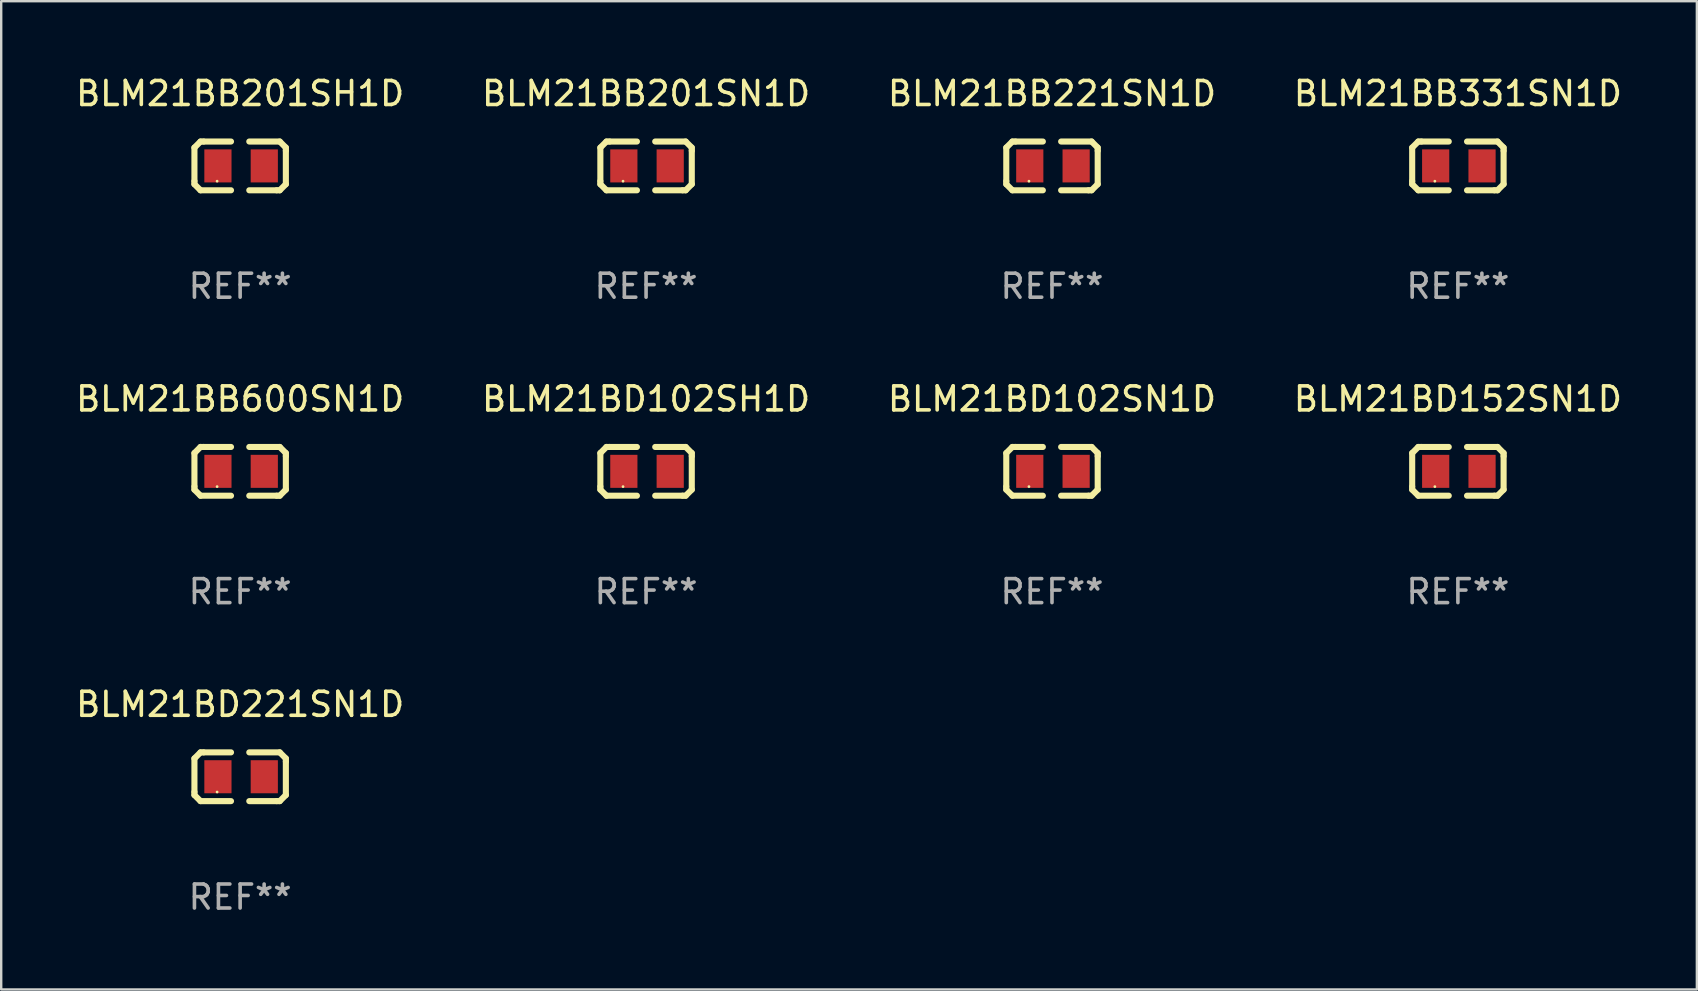
<source format=kicad_pcb>
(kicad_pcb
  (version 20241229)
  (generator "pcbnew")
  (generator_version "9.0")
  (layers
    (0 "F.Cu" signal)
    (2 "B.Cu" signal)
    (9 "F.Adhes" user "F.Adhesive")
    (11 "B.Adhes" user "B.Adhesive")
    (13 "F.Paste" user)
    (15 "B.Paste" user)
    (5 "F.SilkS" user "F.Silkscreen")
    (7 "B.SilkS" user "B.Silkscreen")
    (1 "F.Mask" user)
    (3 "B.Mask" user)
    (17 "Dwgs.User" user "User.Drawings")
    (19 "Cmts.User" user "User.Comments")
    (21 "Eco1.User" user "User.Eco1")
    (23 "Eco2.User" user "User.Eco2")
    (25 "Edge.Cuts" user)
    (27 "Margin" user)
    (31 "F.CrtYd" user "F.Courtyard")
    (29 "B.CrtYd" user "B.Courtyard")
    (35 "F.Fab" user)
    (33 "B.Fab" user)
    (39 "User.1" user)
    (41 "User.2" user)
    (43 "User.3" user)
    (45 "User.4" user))
  (footprint "BLM21BB201SN1D"
    (layer "F.Cu")
    (at 23.875 3.864)
    (property "Reference" "BLM21BB201SN1D" (at 0 -3.016 0) (layer "F.SilkS") (effects (font (size 1 1) (thickness 0.15))))
    (attr through_hole)
    (fp_line (start -1.905 -0.762) (end -1.905 0.635) (stroke (width 0.254) (type solid)) (layer "F.SilkS"))
    (fp_line (start -1.905 0.635) (end -1.905 0.762) (stroke (width 0.254) (type solid)) (layer "F.SilkS"))
    (fp_line (start -1.905 0.762) (end -1.651 1.016) (stroke (width 0.254) (type solid)) (layer "F.SilkS"))
    (fp_line (start -1.651 -1.016) (end -1.905 -0.762) (stroke (width 0.254) (type solid)) (layer "F.SilkS"))
    (fp_line (start -1.651 1.016) (end -0.381 1.016) (stroke (width 0.254) (type solid)) (layer "F.SilkS"))
    (fp_line (start -1.524 -1.016) (end -1.651 -1.016) (stroke (width 0.254) (type solid)) (layer "F.SilkS"))
    (fp_line (start -0.381 -1.016) (end -1.524 -1.016) (stroke (width 0.254) (type solid)) (layer "F.SilkS"))
    (fp_line (start 0.381 1.016) (end 1.524 1.016) (stroke (width 0.254) (type solid)) (layer "F.SilkS"))
    (fp_line (start 1.524 1.016) (end 1.651 1.016) (stroke (width 0.254) (type solid)) (layer "F.SilkS"))
    (fp_line (start 1.651 -1.016) (end 0.381 -1.016) (stroke (width 0.254) (type solid)) (layer "F.SilkS"))
    (fp_line (start 1.651 1.016) (end 1.905 0.762) (stroke (width 0.254) (type solid)) (layer "F.SilkS"))
    (fp_line (start 1.905 -0.762) (end 1.651 -1.016) (stroke (width 0.254) (type solid)) (layer "F.SilkS"))
    (fp_line (start 1.905 -0.635) (end 1.905 -0.762) (stroke (width 0.254) (type solid)) (layer "F.SilkS"))
    (fp_line (start 1.905 0.762) (end 1.905 -0.635) (stroke (width 0.254) (type solid)) (layer "F.SilkS"))
    (fp_circle (center -0.96 0.637) (end -0.93 0.637) (stroke (width 0.06) (type solid)) (fill no) (layer "F.SilkS"))
    (fp_text user "REF**" (at 0 5.016 0) (layer "F.Fab") (effects (font (size 1 1) (thickness 0.15))))
    (pad "1" smd rect (at -0.926 -0.000051) (size 1.133 1.377) (layers "F.Cu" "F.Mask" "F.Paste"))
    (pad "2" smd rect (at 1.006 -0.000051) (size 1.133 1.377) (layers "F.Cu" "F.Mask" "F.Paste")))
  (footprint "BLM21BB600SN1D"
    (layer "F.Cu")
    (at 6.958 16.593)
    (property "Reference" "BLM21BB600SN1D" (at 0 -3.016 0) (layer "F.SilkS") (effects (font (size 1 1) (thickness 0.15))))
    (attr through_hole)
    (fp_line (start -1.905 -0.762) (end -1.905 0.635) (stroke (width 0.254) (type solid)) (layer "F.SilkS"))
    (fp_line (start -1.905 0.635) (end -1.905 0.762) (stroke (width 0.254) (type solid)) (layer "F.SilkS"))
    (fp_line (start -1.905 0.762) (end -1.651 1.016) (stroke (width 0.254) (type solid)) (layer "F.SilkS"))
    (fp_line (start -1.651 -1.016) (end -1.905 -0.762) (stroke (width 0.254) (type solid)) (layer "F.SilkS"))
    (fp_line (start -1.651 1.016) (end -0.381 1.016) (stroke (width 0.254) (type solid)) (layer "F.SilkS"))
    (fp_line (start -1.524 -1.016) (end -1.651 -1.016) (stroke (width 0.254) (type solid)) (layer "F.SilkS"))
    (fp_line (start -0.381 -1.016) (end -1.524 -1.016) (stroke (width 0.254) (type solid)) (layer "F.SilkS"))
    (fp_line (start 0.381 1.016) (end 1.524 1.016) (stroke (width 0.254) (type solid)) (layer "F.SilkS"))
    (fp_line (start 1.524 1.016) (end 1.651 1.016) (stroke (width 0.254) (type solid)) (layer "F.SilkS"))
    (fp_line (start 1.651 -1.016) (end 0.381 -1.016) (stroke (width 0.254) (type solid)) (layer "F.SilkS"))
    (fp_line (start 1.651 1.016) (end 1.905 0.762) (stroke (width 0.254) (type solid)) (layer "F.SilkS"))
    (fp_line (start 1.905 -0.762) (end 1.651 -1.016) (stroke (width 0.254) (type solid)) (layer "F.SilkS"))
    (fp_line (start 1.905 -0.635) (end 1.905 -0.762) (stroke (width 0.254) (type solid)) (layer "F.SilkS"))
    (fp_line (start 1.905 0.762) (end 1.905 -0.635) (stroke (width 0.254) (type solid)) (layer "F.SilkS"))
    (fp_circle (center -0.96 0.637) (end -0.93 0.637) (stroke (width 0.06) (type solid)) (fill no) (layer "F.SilkS"))
    (fp_text user "REF**" (at 0 5.016 0) (layer "F.Fab") (effects (font (size 1 1) (thickness 0.15))))
    (pad "1" smd rect (at -0.926 -0.000051) (size 1.133 1.377) (layers "F.Cu" "F.Mask" "F.Paste"))
    (pad "2" smd rect (at 1.006 -0.000051) (size 1.133 1.377) (layers "F.Cu" "F.Mask" "F.Paste")))
  (footprint "BLM21BD221SN1D"
    (layer "F.Cu")
    (at 6.958 29.321)
    (property "Reference" "BLM21BD221SN1D" (at 0 -3.016 0) (layer "F.SilkS") (effects (font (size 1 1) (thickness 0.15))))
    (attr through_hole)
    (fp_line (start -1.905 -0.762) (end -1.905 0.635) (stroke (width 0.254) (type solid)) (layer "F.SilkS"))
    (fp_line (start -1.905 0.635) (end -1.905 0.762) (stroke (width 0.254) (type solid)) (layer "F.SilkS"))
    (fp_line (start -1.905 0.762) (end -1.651 1.016) (stroke (width 0.254) (type solid)) (layer "F.SilkS"))
    (fp_line (start -1.651 -1.016) (end -1.905 -0.762) (stroke (width 0.254) (type solid)) (layer "F.SilkS"))
    (fp_line (start -1.651 1.016) (end -0.381 1.016) (stroke (width 0.254) (type solid)) (layer "F.SilkS"))
    (fp_line (start -1.524 -1.016) (end -1.651 -1.016) (stroke (width 0.254) (type solid)) (layer "F.SilkS"))
    (fp_line (start -0.381 -1.016) (end -1.524 -1.016) (stroke (width 0.254) (type solid)) (layer "F.SilkS"))
    (fp_line (start 0.381 1.016) (end 1.524 1.016) (stroke (width 0.254) (type solid)) (layer "F.SilkS"))
    (fp_line (start 1.524 1.016) (end 1.651 1.016) (stroke (width 0.254) (type solid)) (layer "F.SilkS"))
    (fp_line (start 1.651 -1.016) (end 0.381 -1.016) (stroke (width 0.254) (type solid)) (layer "F.SilkS"))
    (fp_line (start 1.651 1.016) (end 1.905 0.762) (stroke (width 0.254) (type solid)) (layer "F.SilkS"))
    (fp_line (start 1.905 -0.762) (end 1.651 -1.016) (stroke (width 0.254) (type solid)) (layer "F.SilkS"))
    (fp_line (start 1.905 -0.635) (end 1.905 -0.762) (stroke (width 0.254) (type solid)) (layer "F.SilkS"))
    (fp_line (start 1.905 0.762) (end 1.905 -0.635) (stroke (width 0.254) (type solid)) (layer "F.SilkS"))
    (fp_circle (center -0.96 0.637) (end -0.93 0.637) (stroke (width 0.06) (type solid)) (fill no) (layer "F.SilkS"))
    (fp_text user "REF**" (at 0 5.016 0) (layer "F.Fab") (effects (font (size 1 1) (thickness 0.15))))
    (pad "1" smd rect (at -0.926 -0.000051) (size 1.133 1.377) (layers "F.Cu" "F.Mask" "F.Paste"))
    (pad "2" smd rect (at 1.006 -0.000051) (size 1.133 1.377) (layers "F.Cu" "F.Mask" "F.Paste")))
  (footprint "BLM21BD102SN1D"
    (layer "F.Cu")
    (at 40.792 16.593)
    (property "Reference" "BLM21BD102SN1D" (at 0 -3.016 0) (layer "F.SilkS") (effects (font (size 1 1) (thickness 0.15))))
    (attr through_hole)
    (fp_line (start -1.905 -0.762) (end -1.905 0.635) (stroke (width 0.254) (type solid)) (layer "F.SilkS"))
    (fp_line (start -1.905 0.635) (end -1.905 0.762) (stroke (width 0.254) (type solid)) (layer "F.SilkS"))
    (fp_line (start -1.905 0.762) (end -1.651 1.016) (stroke (width 0.254) (type solid)) (layer "F.SilkS"))
    (fp_line (start -1.651 -1.016) (end -1.905 -0.762) (stroke (width 0.254) (type solid)) (layer "F.SilkS"))
    (fp_line (start -1.651 1.016) (end -0.381 1.016) (stroke (width 0.254) (type solid)) (layer "F.SilkS"))
    (fp_line (start -1.524 -1.016) (end -1.651 -1.016) (stroke (width 0.254) (type solid)) (layer "F.SilkS"))
    (fp_line (start -0.381 -1.016) (end -1.524 -1.016) (stroke (width 0.254) (type solid)) (layer "F.SilkS"))
    (fp_line (start 0.381 1.016) (end 1.524 1.016) (stroke (width 0.254) (type solid)) (layer "F.SilkS"))
    (fp_line (start 1.524 1.016) (end 1.651 1.016) (stroke (width 0.254) (type solid)) (layer "F.SilkS"))
    (fp_line (start 1.651 -1.016) (end 0.381 -1.016) (stroke (width 0.254) (type solid)) (layer "F.SilkS"))
    (fp_line (start 1.651 1.016) (end 1.905 0.762) (stroke (width 0.254) (type solid)) (layer "F.SilkS"))
    (fp_line (start 1.905 -0.762) (end 1.651 -1.016) (stroke (width 0.254) (type solid)) (layer "F.SilkS"))
    (fp_line (start 1.905 -0.635) (end 1.905 -0.762) (stroke (width 0.254) (type solid)) (layer "F.SilkS"))
    (fp_line (start 1.905 0.762) (end 1.905 -0.635) (stroke (width 0.254) (type solid)) (layer "F.SilkS"))
    (fp_circle (center -0.96 0.637) (end -0.93 0.637) (stroke (width 0.06) (type solid)) (fill no) (layer "F.SilkS"))
    (fp_text user "REF**" (at 0 5.016 0) (layer "F.Fab") (effects (font (size 1 1) (thickness 0.15))))
    (pad "1" smd rect (at -0.926 -0.000051) (size 1.133 1.377) (layers "F.Cu" "F.Mask" "F.Paste"))
    (pad "2" smd rect (at 1.006 -0.000051) (size 1.133 1.377) (layers "F.Cu" "F.Mask" "F.Paste")))
  (footprint "BLM21BB331SN1D"
    (layer "F.Cu")
    (at 57.708 3.864)
    (property "Reference" "BLM21BB331SN1D" (at 0 -3.016 0) (layer "F.SilkS") (effects (font (size 1 1) (thickness 0.15))))
    (attr through_hole)
    (fp_line (start -1.905 -0.762) (end -1.905 0.635) (stroke (width 0.254) (type solid)) (layer "F.SilkS"))
    (fp_line (start -1.905 0.635) (end -1.905 0.762) (stroke (width 0.254) (type solid)) (layer "F.SilkS"))
    (fp_line (start -1.905 0.762) (end -1.651 1.016) (stroke (width 0.254) (type solid)) (layer "F.SilkS"))
    (fp_line (start -1.651 -1.016) (end -1.905 -0.762) (stroke (width 0.254) (type solid)) (layer "F.SilkS"))
    (fp_line (start -1.651 1.016) (end -0.381 1.016) (stroke (width 0.254) (type solid)) (layer "F.SilkS"))
    (fp_line (start -1.524 -1.016) (end -1.651 -1.016) (stroke (width 0.254) (type solid)) (layer "F.SilkS"))
    (fp_line (start -0.381 -1.016) (end -1.524 -1.016) (stroke (width 0.254) (type solid)) (layer "F.SilkS"))
    (fp_line (start 0.381 1.016) (end 1.524 1.016) (stroke (width 0.254) (type solid)) (layer "F.SilkS"))
    (fp_line (start 1.524 1.016) (end 1.651 1.016) (stroke (width 0.254) (type solid)) (layer "F.SilkS"))
    (fp_line (start 1.651 -1.016) (end 0.381 -1.016) (stroke (width 0.254) (type solid)) (layer "F.SilkS"))
    (fp_line (start 1.651 1.016) (end 1.905 0.762) (stroke (width 0.254) (type solid)) (layer "F.SilkS"))
    (fp_line (start 1.905 -0.762) (end 1.651 -1.016) (stroke (width 0.254) (type solid)) (layer "F.SilkS"))
    (fp_line (start 1.905 -0.635) (end 1.905 -0.762) (stroke (width 0.254) (type solid)) (layer "F.SilkS"))
    (fp_line (start 1.905 0.762) (end 1.905 -0.635) (stroke (width 0.254) (type solid)) (layer "F.SilkS"))
    (fp_circle (center -0.96 0.637) (end -0.93 0.637) (stroke (width 0.06) (type solid)) (fill no) (layer "F.SilkS"))
    (fp_text user "REF**" (at 0 5.016 0) (layer "F.Fab") (effects (font (size 1 1) (thickness 0.15))))
    (pad "1" smd rect (at -0.926 -0.000051) (size 1.133 1.377) (layers "F.Cu" "F.Mask" "F.Paste"))
    (pad "2" smd rect (at 1.006 -0.000051) (size 1.133 1.377) (layers "F.Cu" "F.Mask" "F.Paste")))
  (footprint "BLM21BD102SH1D"
    (layer "F.Cu")
    (at 23.875 16.593)
    (property "Reference" "BLM21BD102SH1D" (at 0 -3.016 0) (layer "F.SilkS") (effects (font (size 1 1) (thickness 0.15))))
    (attr through_hole)
    (fp_line (start -1.905 -0.762) (end -1.905 0.635) (stroke (width 0.254) (type solid)) (layer "F.SilkS"))
    (fp_line (start -1.905 0.635) (end -1.905 0.762) (stroke (width 0.254) (type solid)) (layer "F.SilkS"))
    (fp_line (start -1.905 0.762) (end -1.651 1.016) (stroke (width 0.254) (type solid)) (layer "F.SilkS"))
    (fp_line (start -1.651 -1.016) (end -1.905 -0.762) (stroke (width 0.254) (type solid)) (layer "F.SilkS"))
    (fp_line (start -1.651 1.016) (end -0.381 1.016) (stroke (width 0.254) (type solid)) (layer "F.SilkS"))
    (fp_line (start -1.524 -1.016) (end -1.651 -1.016) (stroke (width 0.254) (type solid)) (layer "F.SilkS"))
    (fp_line (start -0.381 -1.016) (end -1.524 -1.016) (stroke (width 0.254) (type solid)) (layer "F.SilkS"))
    (fp_line (start 0.381 1.016) (end 1.524 1.016) (stroke (width 0.254) (type solid)) (layer "F.SilkS"))
    (fp_line (start 1.524 1.016) (end 1.651 1.016) (stroke (width 0.254) (type solid)) (layer "F.SilkS"))
    (fp_line (start 1.651 -1.016) (end 0.381 -1.016) (stroke (width 0.254) (type solid)) (layer "F.SilkS"))
    (fp_line (start 1.651 1.016) (end 1.905 0.762) (stroke (width 0.254) (type solid)) (layer "F.SilkS"))
    (fp_line (start 1.905 -0.762) (end 1.651 -1.016) (stroke (width 0.254) (type solid)) (layer "F.SilkS"))
    (fp_line (start 1.905 -0.635) (end 1.905 -0.762) (stroke (width 0.254) (type solid)) (layer "F.SilkS"))
    (fp_line (start 1.905 0.762) (end 1.905 -0.635) (stroke (width 0.254) (type solid)) (layer "F.SilkS"))
    (fp_circle (center -0.96 0.637) (end -0.93 0.637) (stroke (width 0.06) (type solid)) (fill no) (layer "F.SilkS"))
    (fp_text user "REF**" (at 0 5.016 0) (layer "F.Fab") (effects (font (size 1 1) (thickness 0.15))))
    (pad "1" smd rect (at -0.926 -0.000051) (size 1.133 1.377) (layers "F.Cu" "F.Mask" "F.Paste"))
    (pad "2" smd rect (at 1.006 -0.000051) (size 1.133 1.377) (layers "F.Cu" "F.Mask" "F.Paste")))
  (footprint "BLM21BB221SN1D"
    (layer "F.Cu")
    (at 40.792 3.864)
    (property "Reference" "BLM21BB221SN1D" (at 0 -3.016 0) (layer "F.SilkS") (effects (font (size 1 1) (thickness 0.15))))
    (attr through_hole)
    (fp_line (start -1.905 -0.762) (end -1.905 0.635) (stroke (width 0.254) (type solid)) (layer "F.SilkS"))
    (fp_line (start -1.905 0.635) (end -1.905 0.762) (stroke (width 0.254) (type solid)) (layer "F.SilkS"))
    (fp_line (start -1.905 0.762) (end -1.651 1.016) (stroke (width 0.254) (type solid)) (layer "F.SilkS"))
    (fp_line (start -1.651 -1.016) (end -1.905 -0.762) (stroke (width 0.254) (type solid)) (layer "F.SilkS"))
    (fp_line (start -1.651 1.016) (end -0.381 1.016) (stroke (width 0.254) (type solid)) (layer "F.SilkS"))
    (fp_line (start -1.524 -1.016) (end -1.651 -1.016) (stroke (width 0.254) (type solid)) (layer "F.SilkS"))
    (fp_line (start -0.381 -1.016) (end -1.524 -1.016) (stroke (width 0.254) (type solid)) (layer "F.SilkS"))
    (fp_line (start 0.381 1.016) (end 1.524 1.016) (stroke (width 0.254) (type solid)) (layer "F.SilkS"))
    (fp_line (start 1.524 1.016) (end 1.651 1.016) (stroke (width 0.254) (type solid)) (layer "F.SilkS"))
    (fp_line (start 1.651 -1.016) (end 0.381 -1.016) (stroke (width 0.254) (type solid)) (layer "F.SilkS"))
    (fp_line (start 1.651 1.016) (end 1.905 0.762) (stroke (width 0.254) (type solid)) (layer "F.SilkS"))
    (fp_line (start 1.905 -0.762) (end 1.651 -1.016) (stroke (width 0.254) (type solid)) (layer "F.SilkS"))
    (fp_line (start 1.905 -0.635) (end 1.905 -0.762) (stroke (width 0.254) (type solid)) (layer "F.SilkS"))
    (fp_line (start 1.905 0.762) (end 1.905 -0.635) (stroke (width 0.254) (type solid)) (layer "F.SilkS"))
    (fp_circle (center -0.96 0.637) (end -0.93 0.637) (stroke (width 0.06) (type solid)) (fill no) (layer "F.SilkS"))
    (fp_text user "REF**" (at 0 5.016 0) (layer "F.Fab") (effects (font (size 1 1) (thickness 0.15))))
    (pad "1" smd rect (at -0.926 -0.000051) (size 1.133 1.377) (layers "F.Cu" "F.Mask" "F.Paste"))
    (pad "2" smd rect (at 1.006 -0.000051) (size 1.133 1.377) (layers "F.Cu" "F.Mask" "F.Paste")))
  (footprint "BLM21BB201SH1D"
    (layer "F.Cu")
    (at 6.958 3.864)
    (property "Reference" "BLM21BB201SH1D" (at 0 -3.016 0) (layer "F.SilkS") (effects (font (size 1 1) (thickness 0.15))))
    (attr through_hole)
    (fp_line (start -1.905 -0.762) (end -1.905 0.635) (stroke (width 0.254) (type solid)) (layer "F.SilkS"))
    (fp_line (start -1.905 0.635) (end -1.905 0.762) (stroke (width 0.254) (type solid)) (layer "F.SilkS"))
    (fp_line (start -1.905 0.762) (end -1.651 1.016) (stroke (width 0.254) (type solid)) (layer "F.SilkS"))
    (fp_line (start -1.651 -1.016) (end -1.905 -0.762) (stroke (width 0.254) (type solid)) (layer "F.SilkS"))
    (fp_line (start -1.651 1.016) (end -0.381 1.016) (stroke (width 0.254) (type solid)) (layer "F.SilkS"))
    (fp_line (start -1.524 -1.016) (end -1.651 -1.016) (stroke (width 0.254) (type solid)) (layer "F.SilkS"))
    (fp_line (start -0.381 -1.016) (end -1.524 -1.016) (stroke (width 0.254) (type solid)) (layer "F.SilkS"))
    (fp_line (start 0.381 1.016) (end 1.524 1.016) (stroke (width 0.254) (type solid)) (layer "F.SilkS"))
    (fp_line (start 1.524 1.016) (end 1.651 1.016) (stroke (width 0.254) (type solid)) (layer "F.SilkS"))
    (fp_line (start 1.651 -1.016) (end 0.381 -1.016) (stroke (width 0.254) (type solid)) (layer "F.SilkS"))
    (fp_line (start 1.651 1.016) (end 1.905 0.762) (stroke (width 0.254) (type solid)) (layer "F.SilkS"))
    (fp_line (start 1.905 -0.762) (end 1.651 -1.016) (stroke (width 0.254) (type solid)) (layer "F.SilkS"))
    (fp_line (start 1.905 -0.635) (end 1.905 -0.762) (stroke (width 0.254) (type solid)) (layer "F.SilkS"))
    (fp_line (start 1.905 0.762) (end 1.905 -0.635) (stroke (width 0.254) (type solid)) (layer "F.SilkS"))
    (fp_circle (center -0.96 0.637) (end -0.93 0.637) (stroke (width 0.06) (type solid)) (fill no) (layer "F.SilkS"))
    (fp_text user "REF**" (at 0 5.016 0) (layer "F.Fab") (effects (font (size 1 1) (thickness 0.15))))
    (pad "1" smd rect (at -0.926 -0.000051) (size 1.133 1.377) (layers "F.Cu" "F.Mask" "F.Paste"))
    (pad "2" smd rect (at 1.006 -0.000051) (size 1.133 1.377) (layers "F.Cu" "F.Mask" "F.Paste")))
  (footprint "BLM21BD152SN1D"
    (layer "F.Cu")
    (at 57.708 16.593)
    (property "Reference" "BLM21BD152SN1D" (at 0 -3.016 0) (layer "F.SilkS") (effects (font (size 1 1) (thickness 0.15))))
    (attr through_hole)
    (fp_line (start -1.905 -0.762) (end -1.905 0.635) (stroke (width 0.254) (type solid)) (layer "F.SilkS"))
    (fp_line (start -1.905 0.635) (end -1.905 0.762) (stroke (width 0.254) (type solid)) (layer "F.SilkS"))
    (fp_line (start -1.905 0.762) (end -1.651 1.016) (stroke (width 0.254) (type solid)) (layer "F.SilkS"))
    (fp_line (start -1.651 -1.016) (end -1.905 -0.762) (stroke (width 0.254) (type solid)) (layer "F.SilkS"))
    (fp_line (start -1.651 1.016) (end -0.381 1.016) (stroke (width 0.254) (type solid)) (layer "F.SilkS"))
    (fp_line (start -1.524 -1.016) (end -1.651 -1.016) (stroke (width 0.254) (type solid)) (layer "F.SilkS"))
    (fp_line (start -0.381 -1.016) (end -1.524 -1.016) (stroke (width 0.254) (type solid)) (layer "F.SilkS"))
    (fp_line (start 0.381 1.016) (end 1.524 1.016) (stroke (width 0.254) (type solid)) (layer "F.SilkS"))
    (fp_line (start 1.524 1.016) (end 1.651 1.016) (stroke (width 0.254) (type solid)) (layer "F.SilkS"))
    (fp_line (start 1.651 -1.016) (end 0.381 -1.016) (stroke (width 0.254) (type solid)) (layer "F.SilkS"))
    (fp_line (start 1.651 1.016) (end 1.905 0.762) (stroke (width 0.254) (type solid)) (layer "F.SilkS"))
    (fp_line (start 1.905 -0.762) (end 1.651 -1.016) (stroke (width 0.254) (type solid)) (layer "F.SilkS"))
    (fp_line (start 1.905 -0.635) (end 1.905 -0.762) (stroke (width 0.254) (type solid)) (layer "F.SilkS"))
    (fp_line (start 1.905 0.762) (end 1.905 -0.635) (stroke (width 0.254) (type solid)) (layer "F.SilkS"))
    (fp_circle (center -0.96 0.637) (end -0.93 0.637) (stroke (width 0.06) (type solid)) (fill no) (layer "F.SilkS"))
    (fp_text user "REF**" (at 0 5.016 0) (layer "F.Fab") (effects (font (size 1 1) (thickness 0.15))))
    (pad "1" smd rect (at -0.926 -0.000051) (size 1.133 1.377) (layers "F.Cu" "F.Mask" "F.Paste"))
    (pad "2" smd rect (at 1.006 -0.000051) (size 1.133 1.377) (layers "F.Cu" "F.Mask" "F.Paste")))
  (gr_rect
    (start -3 -3)
    (end 67.667 38.186)
    (stroke (width 0.1) (type default))
    (fill no)
    (layer "Edge.Cuts")))
</source>
